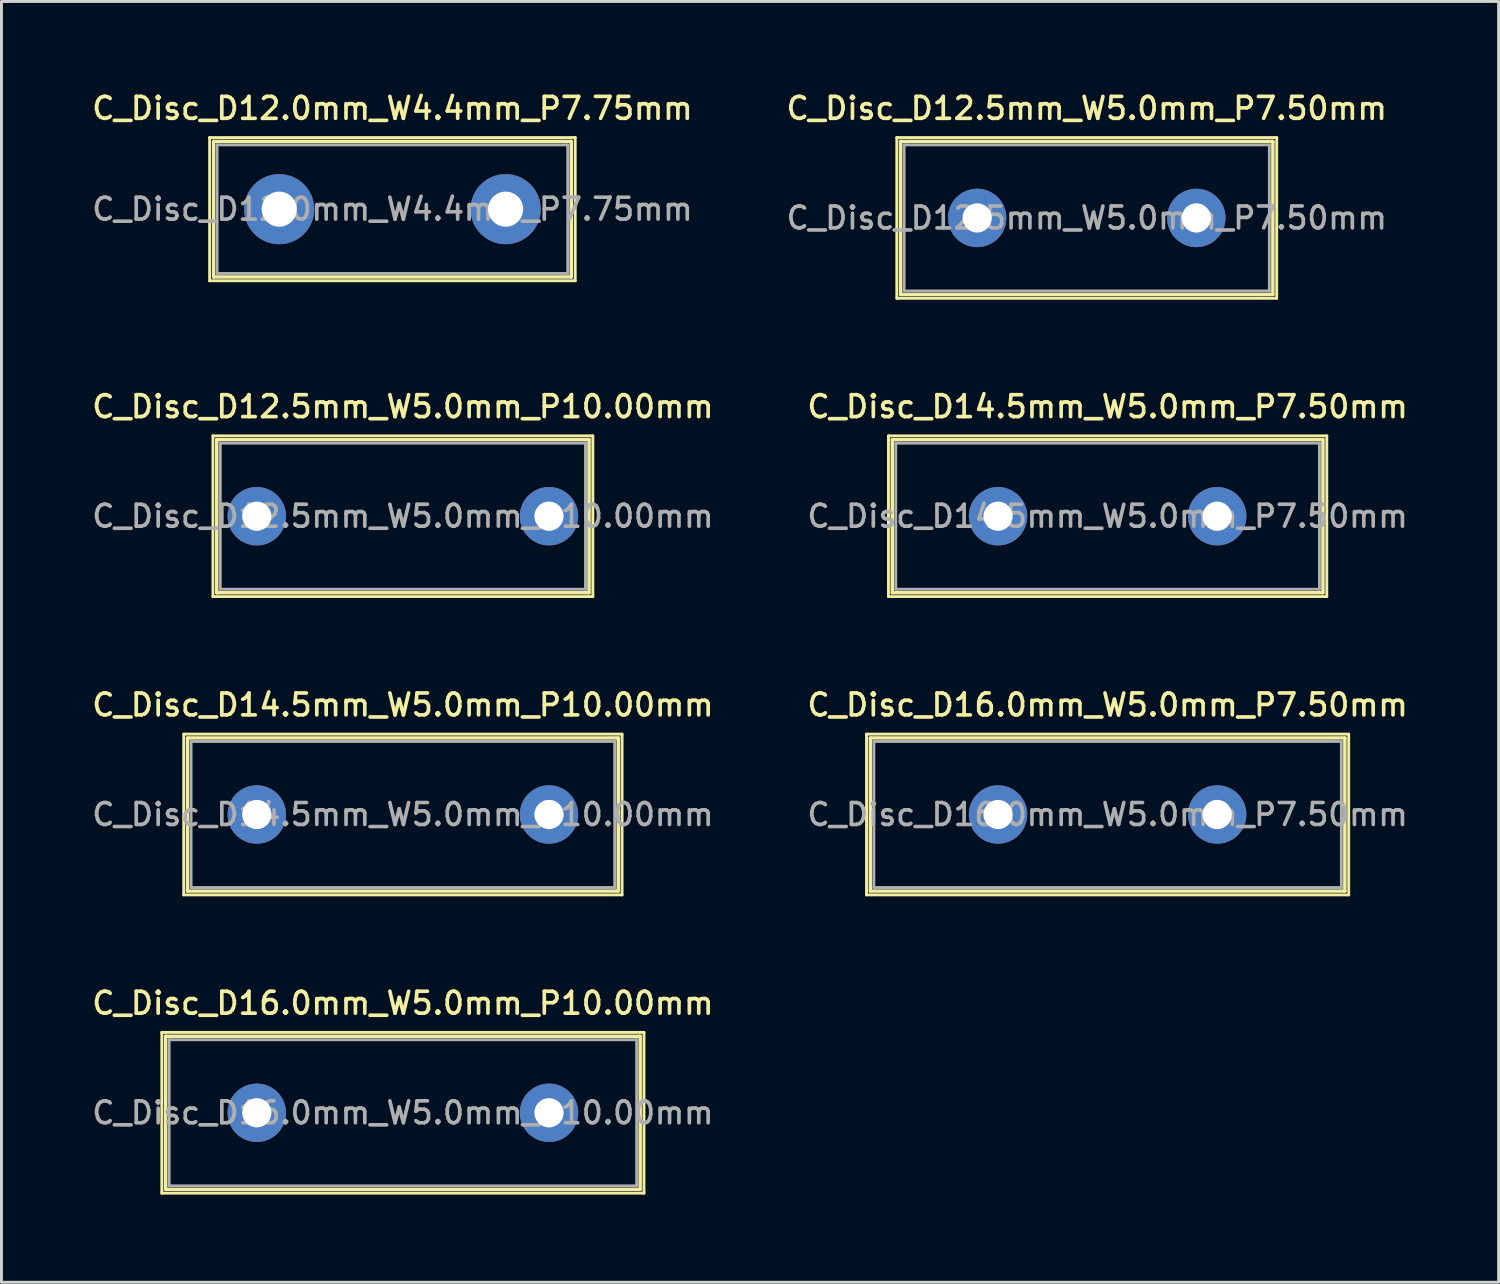
<source format=kicad_pcb>
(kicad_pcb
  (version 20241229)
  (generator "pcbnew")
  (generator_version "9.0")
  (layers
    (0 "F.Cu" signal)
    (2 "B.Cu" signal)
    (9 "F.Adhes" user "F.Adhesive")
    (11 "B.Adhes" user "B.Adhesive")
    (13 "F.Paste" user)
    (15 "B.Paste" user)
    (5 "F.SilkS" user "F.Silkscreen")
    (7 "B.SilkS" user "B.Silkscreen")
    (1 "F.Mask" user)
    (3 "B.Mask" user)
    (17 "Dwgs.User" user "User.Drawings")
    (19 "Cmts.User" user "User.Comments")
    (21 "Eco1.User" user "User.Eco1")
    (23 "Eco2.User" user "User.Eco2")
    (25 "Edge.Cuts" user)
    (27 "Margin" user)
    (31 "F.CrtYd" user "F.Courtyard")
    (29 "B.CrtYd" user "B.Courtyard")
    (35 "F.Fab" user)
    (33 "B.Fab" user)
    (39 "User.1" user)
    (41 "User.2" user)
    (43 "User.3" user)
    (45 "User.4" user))
  (footprint "C_Disc_D12.0mm_W4.4mm_P7.75mm"
    (layer "F.Cu")
    (at 6.505 4.108)
    (property "Reference" "C_Disc_D12.0mm_W4.4mm_P7.75mm" (at 3.875 -3.45 0) (layer "F.SilkS") (effects (font (size 0.75 0.75) (thickness 0.125))))
    (attr through_hole)
    (fp_line (start -2.38 -2.45) (end -2.38 2.45) (stroke (width 0.1) (type solid)) (layer "F.SilkS"))
    (fp_line (start -2.38 2.45) (end 10.13 2.45) (stroke (width 0.1) (type solid)) (layer "F.SilkS"))
    (fp_line (start -2.245 -2.321) (end -2.245 2.321) (stroke (width 0.12) (type solid)) (layer "F.SilkS"))
    (fp_line (start -2.245 -2.321) (end 9.995 -2.321) (stroke (width 0.12) (type solid)) (layer "F.SilkS"))
    (fp_line (start -2.245 2.321) (end 9.995 2.321) (stroke (width 0.12) (type solid)) (layer "F.SilkS"))
    (fp_line (start 9.995 -2.321) (end 9.995 2.321) (stroke (width 0.12) (type solid)) (layer "F.SilkS"))
    (fp_line (start 10.13 -2.45) (end -2.38 -2.45) (stroke (width 0.1) (type solid)) (layer "F.SilkS"))
    (fp_line (start 10.13 2.45) (end 10.13 -2.45) (stroke (width 0.1) (type solid)) (layer "F.SilkS"))
    (fp_line (start -2.125 -2.2) (end -2.125 2.2) (stroke (width 0.1) (type solid)) (layer "F.Fab"))
    (fp_line (start -2.125 2.2) (end 9.875 2.2) (stroke (width 0.1) (type solid)) (layer "F.Fab"))
    (fp_line (start 9.875 -2.2) (end -2.125 -2.2) (stroke (width 0.1) (type solid)) (layer "F.Fab"))
    (fp_line (start 9.875 2.2) (end 9.875 -2.2) (stroke (width 0.1) (type solid)) (layer "F.Fab"))
    (fp_text user "${REFERENCE}" (at 3.875 0 0) (layer "F.Fab") (effects (font (size 0.75 0.75) (thickness 0.125))))
    (pad "1" thru_hole circle (at 0 0) (size 2.4 2.4) (drill 1.2) (layers "*.Cu" "*.Mask"))
    (pad "2" thru_hole circle (at 7.75 0) (size 2.4 2.4) (drill 1.2) (layers "*.Cu" "*.Mask")))
  (footprint "C_Disc_D14.5mm_W5.0mm_P7.50mm"
    (layer "F.Cu")
    (at 31.105 14.616)
    (property "Reference" "C_Disc_D14.5mm_W5.0mm_P7.50mm" (at 3.75 -3.75 0) (layer "F.SilkS") (effects (font (size 0.75 0.75) (thickness 0.125))))
    (attr through_hole)
    (fp_line (start -3.75 -2.75) (end -3.75 2.75) (stroke (width 0.1) (type solid)) (layer "F.SilkS"))
    (fp_line (start -3.75 2.75) (end 11.25 2.75) (stroke (width 0.1) (type solid)) (layer "F.SilkS"))
    (fp_line (start -3.62 -2.62) (end -3.62 2.62) (stroke (width 0.12) (type solid)) (layer "F.SilkS"))
    (fp_line (start -3.62 -2.62) (end 11.12 -2.62) (stroke (width 0.12) (type solid)) (layer "F.SilkS"))
    (fp_line (start -3.62 2.62) (end 11.12 2.62) (stroke (width 0.12) (type solid)) (layer "F.SilkS"))
    (fp_line (start 11.12 -2.62) (end 11.12 2.62) (stroke (width 0.12) (type solid)) (layer "F.SilkS"))
    (fp_line (start 11.25 -2.75) (end -3.75 -2.75) (stroke (width 0.1) (type solid)) (layer "F.SilkS"))
    (fp_line (start 11.25 2.75) (end 11.25 -2.75) (stroke (width 0.1) (type solid)) (layer "F.SilkS"))
    (fp_line (start -3.5 -2.5) (end -3.5 2.5) (stroke (width 0.1) (type solid)) (layer "F.Fab"))
    (fp_line (start -3.5 2.5) (end 11 2.5) (stroke (width 0.1) (type solid)) (layer "F.Fab"))
    (fp_line (start 11 -2.5) (end -3.5 -2.5) (stroke (width 0.1) (type solid)) (layer "F.Fab"))
    (fp_line (start 11 2.5) (end 11 -2.5) (stroke (width 0.1) (type solid)) (layer "F.Fab"))
    (fp_text user "${REFERENCE}" (at 3.75 0 0) (layer "F.Fab") (effects (font (size 0.75 0.75) (thickness 0.125))))
    (pad "1" thru_hole circle (at 0 0) (size 2 2) (drill 1) (layers "*.Cu" "*.Mask"))
    (pad "2" thru_hole circle (at 7.5 0) (size 2 2) (drill 1) (layers "*.Cu" "*.Mask")))
  (footprint "C_Disc_D12.5mm_W5.0mm_P7.50mm"
    (layer "F.Cu")
    (at 30.391 4.408)
    (property "Reference" "C_Disc_D12.5mm_W5.0mm_P7.50mm" (at 3.75 -3.75 0) (layer "F.SilkS") (effects (font (size 0.75 0.75) (thickness 0.125))))
    (attr through_hole)
    (fp_line (start -2.75 -2.75) (end -2.75 2.75) (stroke (width 0.1) (type solid)) (layer "F.SilkS"))
    (fp_line (start -2.75 2.75) (end 10.25 2.75) (stroke (width 0.1) (type solid)) (layer "F.SilkS"))
    (fp_line (start -2.62 -2.62) (end -2.62 2.62) (stroke (width 0.12) (type solid)) (layer "F.SilkS"))
    (fp_line (start -2.62 -2.62) (end 10.12 -2.62) (stroke (width 0.12) (type solid)) (layer "F.SilkS"))
    (fp_line (start -2.62 2.62) (end 10.12 2.62) (stroke (width 0.12) (type solid)) (layer "F.SilkS"))
    (fp_line (start 10.12 -2.62) (end 10.12 2.62) (stroke (width 0.12) (type solid)) (layer "F.SilkS"))
    (fp_line (start 10.25 -2.75) (end -2.75 -2.75) (stroke (width 0.1) (type solid)) (layer "F.SilkS"))
    (fp_line (start 10.25 2.75) (end 10.25 -2.75) (stroke (width 0.1) (type solid)) (layer "F.SilkS"))
    (fp_line (start -2.5 -2.5) (end -2.5 2.5) (stroke (width 0.1) (type solid)) (layer "F.Fab"))
    (fp_line (start -2.5 2.5) (end 10 2.5) (stroke (width 0.1) (type solid)) (layer "F.Fab"))
    (fp_line (start 10 -2.5) (end -2.5 -2.5) (stroke (width 0.1) (type solid)) (layer "F.Fab"))
    (fp_line (start 10 2.5) (end 10 -2.5) (stroke (width 0.1) (type solid)) (layer "F.Fab"))
    (fp_text user "${REFERENCE}" (at 3.75 0 0) (layer "F.Fab") (effects (font (size 0.75 0.75) (thickness 0.125))))
    (pad "1" thru_hole circle (at 0 0) (size 2 2) (drill 1) (layers "*.Cu" "*.Mask"))
    (pad "2" thru_hole circle (at 7.5 0) (size 2 2) (drill 1) (layers "*.Cu" "*.Mask")))
  (footprint "C_Disc_D16.0mm_W5.0mm_P10.00mm"
    (layer "F.Cu")
    (at 5.738 35.032)
    (property "Reference" "C_Disc_D16.0mm_W5.0mm_P10.00mm" (at 5 -3.75 0) (layer "F.SilkS") (effects (font (size 0.75 0.75) (thickness 0.125))))
    (attr through_hole)
    (fp_line (start -3.25 -2.75) (end -3.25 2.75) (stroke (width 0.1) (type solid)) (layer "F.SilkS"))
    (fp_line (start -3.25 2.75) (end 13.25 2.75) (stroke (width 0.1) (type solid)) (layer "F.SilkS"))
    (fp_line (start -3.12 -2.62) (end -3.12 2.62) (stroke (width 0.12) (type solid)) (layer "F.SilkS"))
    (fp_line (start -3.12 -2.62) (end 13.12 -2.62) (stroke (width 0.12) (type solid)) (layer "F.SilkS"))
    (fp_line (start -3.12 2.62) (end 13.12 2.62) (stroke (width 0.12) (type solid)) (layer "F.SilkS"))
    (fp_line (start 13.12 -2.62) (end 13.12 2.62) (stroke (width 0.12) (type solid)) (layer "F.SilkS"))
    (fp_line (start 13.25 -2.75) (end -3.25 -2.75) (stroke (width 0.1) (type solid)) (layer "F.SilkS"))
    (fp_line (start 13.25 2.75) (end 13.25 -2.75) (stroke (width 0.1) (type solid)) (layer "F.SilkS"))
    (fp_line (start -3 -2.5) (end -3 2.5) (stroke (width 0.1) (type solid)) (layer "F.Fab"))
    (fp_line (start -3 2.5) (end 13 2.5) (stroke (width 0.1) (type solid)) (layer "F.Fab"))
    (fp_line (start 13 -2.5) (end -3 -2.5) (stroke (width 0.1) (type solid)) (layer "F.Fab"))
    (fp_line (start 13 2.5) (end 13 -2.5) (stroke (width 0.1) (type solid)) (layer "F.Fab"))
    (fp_text user "${REFERENCE}" (at 5 0 0) (layer "F.Fab") (effects (font (size 0.75 0.75) (thickness 0.125))))
    (pad "1" thru_hole circle (at 0 0) (size 2 2) (drill 1) (layers "*.Cu" "*.Mask"))
    (pad "2" thru_hole circle (at 10 0) (size 2 2) (drill 1) (layers "*.Cu" "*.Mask")))
  (footprint "C_Disc_D12.5mm_W5.0mm_P10.00mm"
    (layer "F.Cu")
    (at 5.738 14.616)
    (property "Reference" "C_Disc_D12.5mm_W5.0mm_P10.00mm" (at 5 -3.75 0) (layer "F.SilkS") (effects (font (size 0.75 0.75) (thickness 0.125))))
    (attr through_hole)
    (fp_line (start -1.5 -2.75) (end -1.5 2.75) (stroke (width 0.1) (type solid)) (layer "F.SilkS"))
    (fp_line (start -1.5 2.75) (end 11.5 2.75) (stroke (width 0.1) (type solid)) (layer "F.SilkS"))
    (fp_line (start -1.37 -2.62) (end -1.37 2.62) (stroke (width 0.12) (type solid)) (layer "F.SilkS"))
    (fp_line (start -1.37 -2.62) (end 11.37 -2.62) (stroke (width 0.12) (type solid)) (layer "F.SilkS"))
    (fp_line (start -1.37 2.62) (end 11.37 2.62) (stroke (width 0.12) (type solid)) (layer "F.SilkS"))
    (fp_line (start 11.37 -2.62) (end 11.37 2.62) (stroke (width 0.12) (type solid)) (layer "F.SilkS"))
    (fp_line (start 11.5 -2.75) (end -1.5 -2.75) (stroke (width 0.1) (type solid)) (layer "F.SilkS"))
    (fp_line (start 11.5 2.75) (end 11.5 -2.75) (stroke (width 0.1) (type solid)) (layer "F.SilkS"))
    (fp_line (start -1.25 -2.5) (end -1.25 2.5) (stroke (width 0.1) (type solid)) (layer "F.Fab"))
    (fp_line (start -1.25 2.5) (end 11.25 2.5) (stroke (width 0.1) (type solid)) (layer "F.Fab"))
    (fp_line (start 11.25 -2.5) (end -1.25 -2.5) (stroke (width 0.1) (type solid)) (layer "F.Fab"))
    (fp_line (start 11.25 2.5) (end 11.25 -2.5) (stroke (width 0.1) (type solid)) (layer "F.Fab"))
    (fp_text user "${REFERENCE}" (at 5 0 0) (layer "F.Fab") (effects (font (size 0.75 0.75) (thickness 0.125))))
    (pad "1" thru_hole circle (at 0 0) (size 2 2) (drill 1) (layers "*.Cu" "*.Mask"))
    (pad "2" thru_hole circle (at 10 0) (size 2 2) (drill 1) (layers "*.Cu" "*.Mask")))
  (footprint "C_Disc_D14.5mm_W5.0mm_P10.00mm"
    (layer "F.Cu")
    (at 5.738 24.824)
    (property "Reference" "C_Disc_D14.5mm_W5.0mm_P10.00mm" (at 5 -3.75 0) (layer "F.SilkS") (effects (font (size 0.75 0.75) (thickness 0.125))))
    (attr through_hole)
    (fp_line (start -2.5 -2.75) (end -2.5 2.75) (stroke (width 0.1) (type solid)) (layer "F.SilkS"))
    (fp_line (start -2.5 2.75) (end 12.5 2.75) (stroke (width 0.1) (type solid)) (layer "F.SilkS"))
    (fp_line (start -2.37 -2.62) (end -2.37 2.62) (stroke (width 0.12) (type solid)) (layer "F.SilkS"))
    (fp_line (start -2.37 -2.62) (end 12.37 -2.62) (stroke (width 0.12) (type solid)) (layer "F.SilkS"))
    (fp_line (start -2.37 2.62) (end 12.37 2.62) (stroke (width 0.12) (type solid)) (layer "F.SilkS"))
    (fp_line (start 12.37 -2.62) (end 12.37 2.62) (stroke (width 0.12) (type solid)) (layer "F.SilkS"))
    (fp_line (start 12.5 -2.75) (end -2.5 -2.75) (stroke (width 0.1) (type solid)) (layer "F.SilkS"))
    (fp_line (start 12.5 2.75) (end 12.5 -2.75) (stroke (width 0.1) (type solid)) (layer "F.SilkS"))
    (fp_line (start -2.25 -2.5) (end -2.25 2.5) (stroke (width 0.1) (type solid)) (layer "F.Fab"))
    (fp_line (start -2.25 2.5) (end 12.25 2.5) (stroke (width 0.1) (type solid)) (layer "F.Fab"))
    (fp_line (start 12.25 -2.5) (end -2.25 -2.5) (stroke (width 0.1) (type solid)) (layer "F.Fab"))
    (fp_line (start 12.25 2.5) (end 12.25 -2.5) (stroke (width 0.1) (type solid)) (layer "F.Fab"))
    (fp_text user "${REFERENCE}" (at 5 0 0) (layer "F.Fab") (effects (font (size 0.75 0.75) (thickness 0.125))))
    (pad "1" thru_hole circle (at 0 0) (size 2 2) (drill 1) (layers "*.Cu" "*.Mask"))
    (pad "2" thru_hole circle (at 10 0) (size 2 2) (drill 1) (layers "*.Cu" "*.Mask")))
  (footprint "C_Disc_D16.0mm_W5.0mm_P7.50mm"
    (layer "F.Cu")
    (at 31.105 24.824)
    (property "Reference" "C_Disc_D16.0mm_W5.0mm_P7.50mm" (at 3.75 -3.75 0) (layer "F.SilkS") (effects (font (size 0.75 0.75) (thickness 0.125))))
    (attr through_hole)
    (fp_line (start -4.5 -2.75) (end -4.5 2.75) (stroke (width 0.1) (type solid)) (layer "F.SilkS"))
    (fp_line (start -4.5 2.75) (end 12 2.75) (stroke (width 0.1) (type solid)) (layer "F.SilkS"))
    (fp_line (start -4.37 -2.62) (end -4.37 2.62) (stroke (width 0.12) (type solid)) (layer "F.SilkS"))
    (fp_line (start -4.37 -2.62) (end 11.87 -2.62) (stroke (width 0.12) (type solid)) (layer "F.SilkS"))
    (fp_line (start -4.37 2.62) (end 11.87 2.62) (stroke (width 0.12) (type solid)) (layer "F.SilkS"))
    (fp_line (start 11.87 -2.62) (end 11.87 2.62) (stroke (width 0.12) (type solid)) (layer "F.SilkS"))
    (fp_line (start 12 -2.75) (end -4.5 -2.75) (stroke (width 0.1) (type solid)) (layer "F.SilkS"))
    (fp_line (start 12 2.75) (end 12 -2.75) (stroke (width 0.1) (type solid)) (layer "F.SilkS"))
    (fp_line (start -4.25 -2.5) (end -4.25 2.5) (stroke (width 0.1) (type solid)) (layer "F.Fab"))
    (fp_line (start -4.25 2.5) (end 11.75 2.5) (stroke (width 0.1) (type solid)) (layer "F.Fab"))
    (fp_line (start 11.75 -2.5) (end -4.25 -2.5) (stroke (width 0.1) (type solid)) (layer "F.Fab"))
    (fp_line (start 11.75 2.5) (end 11.75 -2.5) (stroke (width 0.1) (type solid)) (layer "F.Fab"))
    (fp_text user "${REFERENCE}" (at 3.75 0 0) (layer "F.Fab") (effects (font (size 0.75 0.75) (thickness 0.125))))
    (pad "1" thru_hole circle (at 0 0) (size 2 2) (drill 1) (layers "*.Cu" "*.Mask"))
    (pad "2" thru_hole circle (at 7.5 0) (size 2 2) (drill 1) (layers "*.Cu" "*.Mask")))
  (gr_rect
    (start -3 -3)
    (end 48.236 40.833)
    (stroke (width 0.1) (type default))
    (fill no)
    (layer "Edge.Cuts")))
</source>
